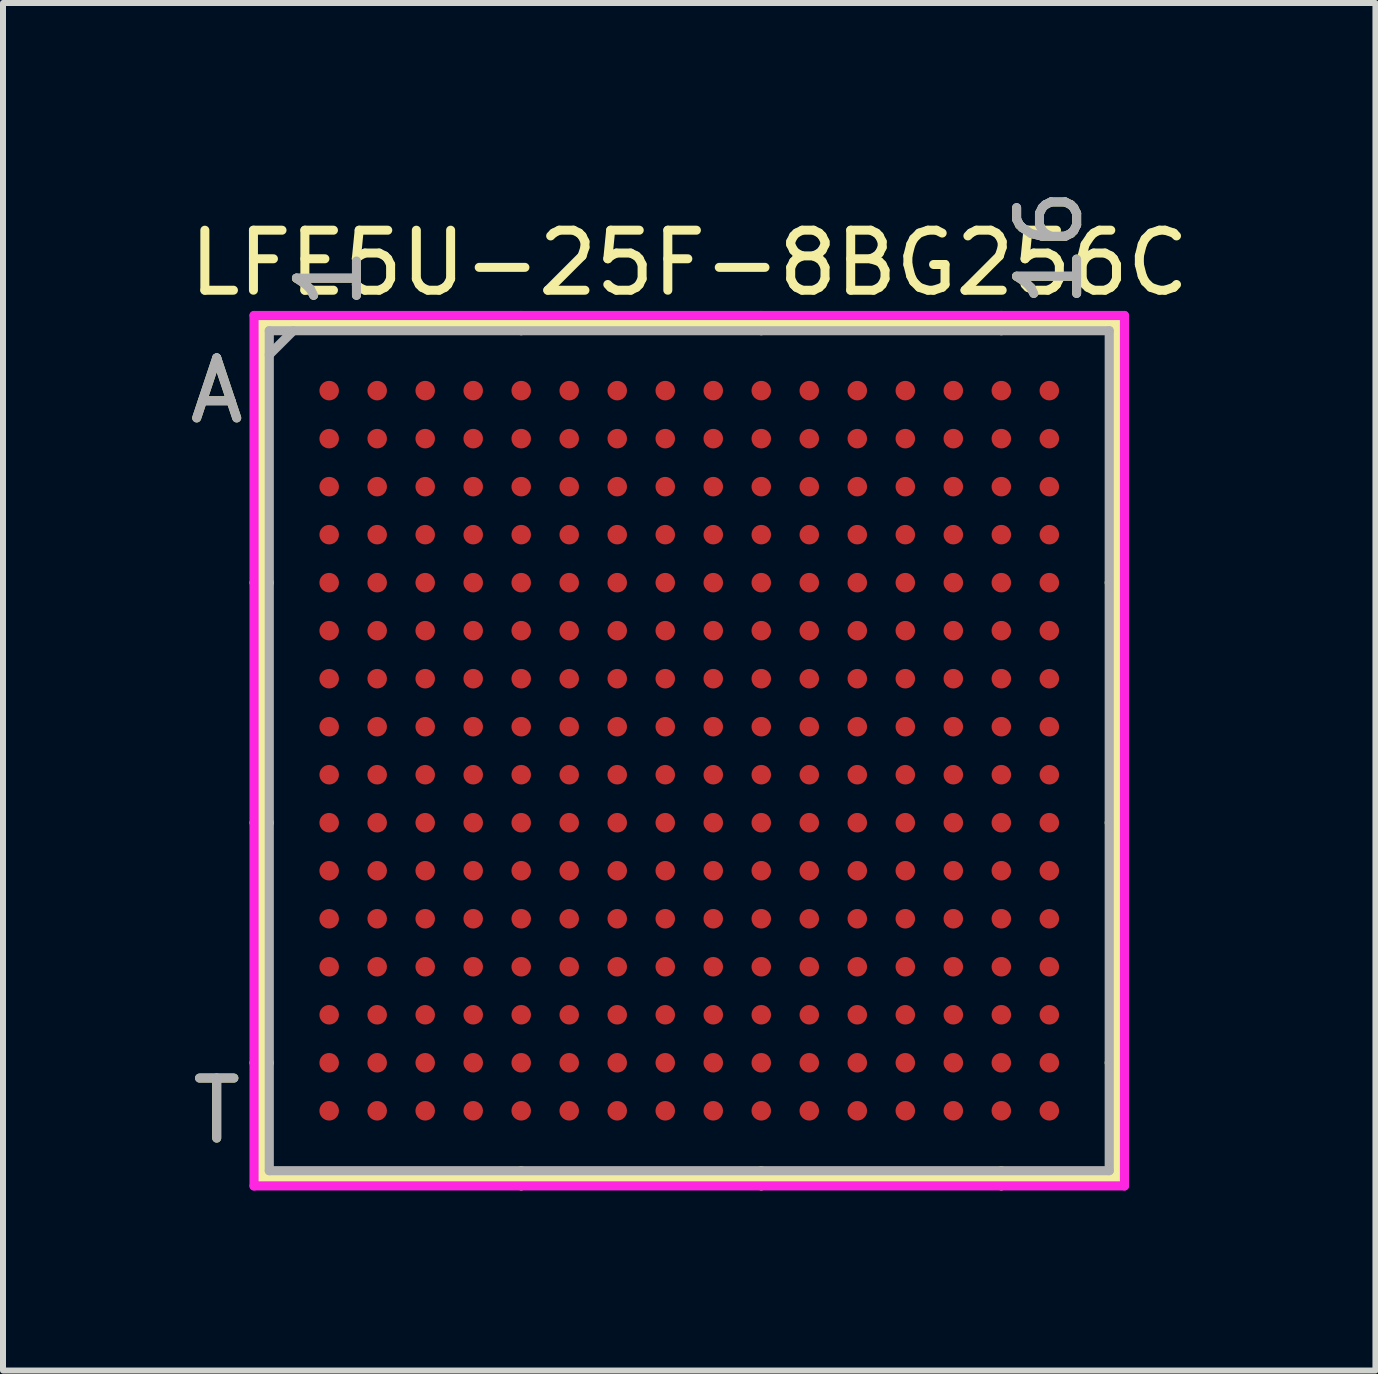
<source format=kicad_pcb>
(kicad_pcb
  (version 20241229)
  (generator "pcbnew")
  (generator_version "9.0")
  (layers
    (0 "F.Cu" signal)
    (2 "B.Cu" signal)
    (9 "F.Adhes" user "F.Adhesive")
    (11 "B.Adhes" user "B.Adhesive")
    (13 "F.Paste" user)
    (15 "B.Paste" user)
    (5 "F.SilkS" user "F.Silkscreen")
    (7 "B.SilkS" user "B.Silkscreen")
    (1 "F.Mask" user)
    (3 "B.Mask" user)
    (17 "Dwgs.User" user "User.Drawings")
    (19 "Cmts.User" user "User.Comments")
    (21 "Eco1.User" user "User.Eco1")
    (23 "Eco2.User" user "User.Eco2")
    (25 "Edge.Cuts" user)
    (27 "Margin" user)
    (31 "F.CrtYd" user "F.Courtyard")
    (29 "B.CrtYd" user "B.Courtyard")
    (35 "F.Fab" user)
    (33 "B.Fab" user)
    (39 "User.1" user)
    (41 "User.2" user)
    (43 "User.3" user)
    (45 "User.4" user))
  (footprint "LFE5U-25F-8BG256C"
    (layer "F.Cu")
    (at 8.435 9.459)
    (property "Reference" "LFE5U-25F-8BG256C" (at 0 -8.128 0) (layer "F.SilkS") (effects (font (size 1 1) (thickness 0.15))))
    (attr smd)
    (fp_line (start -7.125 -7.125) (end -7.125 7.125) (stroke (width 0.152) (type solid)) (layer "F.SilkS"))
    (fp_line (start -7.125 7.125) (end 7.125 7.125) (stroke (width 0.152) (type solid)) (layer "F.SilkS"))
    (fp_line (start -6.998 -2.8) (end -7.252 -2.8) (stroke (width 0.152) (type solid)) (layer "F.SilkS"))
    (fp_line (start -6.998 1.2) (end -7.252 1.2) (stroke (width 0.152) (type solid)) (layer "F.SilkS"))
    (fp_line (start -6.998 5.2) (end -7.252 5.2) (stroke (width 0.152) (type solid)) (layer "F.SilkS"))
    (fp_line (start -2.8 -6.998) (end -2.8 -7.252) (stroke (width 0.152) (type solid)) (layer "F.SilkS"))
    (fp_line (start -2.8 6.998) (end -2.8 7.252) (stroke (width 0.152) (type solid)) (layer "F.SilkS"))
    (fp_line (start 1.2 -6.998) (end 1.2 -7.252) (stroke (width 0.152) (type solid)) (layer "F.SilkS"))
    (fp_line (start 1.2 6.998) (end 1.2 7.252) (stroke (width 0.152) (type solid)) (layer "F.SilkS"))
    (fp_line (start 5.2 -6.998) (end 5.2 -7.252) (stroke (width 0.152) (type solid)) (layer "F.SilkS"))
    (fp_line (start 5.2 6.998) (end 5.2 7.252) (stroke (width 0.152) (type solid)) (layer "F.SilkS"))
    (fp_line (start 6.998 -2.8) (end 7.252 -2.8) (stroke (width 0.152) (type solid)) (layer "F.SilkS"))
    (fp_line (start 6.998 1.2) (end 7.252 1.2) (stroke (width 0.152) (type solid)) (layer "F.SilkS"))
    (fp_line (start 6.998 5.2) (end 7.252 5.2) (stroke (width 0.152) (type solid)) (layer "F.SilkS"))
    (fp_line (start 7.125 -7.125) (end -7.125 -7.125) (stroke (width 0.152) (type solid)) (layer "F.SilkS"))
    (fp_line (start 7.125 7.125) (end 7.125 -7.125) (stroke (width 0.152) (type solid)) (layer "F.SilkS"))
    (fp_line (start -7.252 -7.252) (end 7.252 -7.252) (stroke (width 0.152) (type solid)) (layer "F.CrtYd"))
    (fp_line (start -7.252 7.252) (end -7.252 -7.252) (stroke (width 0.152) (type solid)) (layer "F.CrtYd"))
    (fp_line (start 7.252 -7.252) (end 7.252 7.252) (stroke (width 0.152) (type solid)) (layer "F.CrtYd"))
    (fp_line (start 7.252 7.252) (end -7.252 7.252) (stroke (width 0.152) (type solid)) (layer "F.CrtYd"))
    (fp_line (start -6.998 -6.998) (end -6.998 6.998) (stroke (width 0.152) (type solid)) (layer "F.Fab"))
    (fp_line (start -6.998 6.998) (end 6.998 6.998) (stroke (width 0.152) (type solid)) (layer "F.Fab"))
    (fp_line (start -6.598 -6.998) (end -6.998 -6.598) (stroke (width 0.152) (type solid)) (layer "F.Fab"))
    (fp_line (start 6.998 -6.998) (end -6.998 -6.998) (stroke (width 0.152) (type solid)) (layer "F.Fab"))
    (fp_line (start 6.998 6.998) (end 6.998 -6.998) (stroke (width 0.152) (type solid)) (layer "F.Fab"))
    (fp_text user "1" (at -6 -7.874 90) (layer "F.SilkS") (effects (font (size 1 1) (thickness 0.15))))
    (fp_text user "16" (at 6 -8.382 90) (layer "F.SilkS") (effects (font (size 1 1) (thickness 0.15))))
    (fp_text user "T" (at -7.874 6 0) (layer "F.SilkS") (effects (font (size 1 1) (thickness 0.15))))
    (fp_text user "A" (at -7.874 -6 0) (layer "F.SilkS") (effects (font (size 1 1) (thickness 0.15))))
    (fp_text user "1" (at -6 -7.874 90) (layer "F.Fab") (effects (font (size 1 1) (thickness 0.15))))
    (fp_text user "16" (at 6 -8.382 90) (layer "F.Fab") (effects (font (size 1 1) (thickness 0.15))))
    (fp_text user "A" (at -7.874 -6 0) (layer "F.Fab") (effects (font (size 1 1) (thickness 0.15))))
    (fp_text user "T" (at -7.874 6 0) (layer "F.Fab") (effects (font (size 1 1) (thickness 0.15))))
    (pad "A1" smd circle (at -6 -6) (size 0.325 0.325) (layers "F.Cu" "F.Mask" "F.Paste"))
    (pad "A2" smd circle (at -5.2 -6) (size 0.325 0.325) (layers "F.Cu" "F.Mask" "F.Paste"))
    (pad "A3" smd circle (at -4.4 -6) (size 0.325 0.325) (layers "F.Cu" "F.Mask" "F.Paste"))
    (pad "A4" smd circle (at -3.6 -6) (size 0.325 0.325) (layers "F.Cu" "F.Mask" "F.Paste"))
    (pad "A5" smd circle (at -2.8 -6) (size 0.325 0.325) (layers "F.Cu" "F.Mask" "F.Paste"))
    (pad "A6" smd circle (at -2 -6) (size 0.325 0.325) (layers "F.Cu" "F.Mask" "F.Paste"))
    (pad "A7" smd circle (at -1.2 -6) (size 0.325 0.325) (layers "F.Cu" "F.Mask" "F.Paste"))
    (pad "A8" smd circle (at -0.4 -6) (size 0.325 0.325) (layers "F.Cu" "F.Mask" "F.Paste"))
    (pad "A9" smd circle (at 0.4 -6) (size 0.325 0.325) (layers "F.Cu" "F.Mask" "F.Paste"))
    (pad "A10" smd circle (at 1.2 -6) (size 0.325 0.325) (layers "F.Cu" "F.Mask" "F.Paste"))
    (pad "A11" smd circle (at 2 -6) (size 0.325 0.325) (layers "F.Cu" "F.Mask" "F.Paste"))
    (pad "A12" smd circle (at 2.8 -6) (size 0.325 0.325) (layers "F.Cu" "F.Mask" "F.Paste"))
    (pad "A13" smd circle (at 3.6 -6) (size 0.325 0.325) (layers "F.Cu" "F.Mask" "F.Paste"))
    (pad "A14" smd circle (at 4.4 -6) (size 0.325 0.325) (layers "F.Cu" "F.Mask" "F.Paste"))
    (pad "A15" smd circle (at 5.2 -6) (size 0.325 0.325) (layers "F.Cu" "F.Mask" "F.Paste"))
    (pad "A16" smd circle (at 6 -6) (size 0.325 0.325) (layers "F.Cu" "F.Mask" "F.Paste"))
    (pad "B1" smd circle (at -6 -5.2) (size 0.325 0.325) (layers "F.Cu" "F.Mask" "F.Paste"))
    (pad "B2" smd circle (at -5.2 -5.2) (size 0.325 0.325) (layers "F.Cu" "F.Mask" "F.Paste"))
    (pad "B3" smd circle (at -4.4 -5.2) (size 0.325 0.325) (layers "F.Cu" "F.Mask" "F.Paste"))
    (pad "B4" smd circle (at -3.6 -5.2) (size 0.325 0.325) (layers "F.Cu" "F.Mask" "F.Paste"))
    (pad "B5" smd circle (at -2.8 -5.2) (size 0.325 0.325) (layers "F.Cu" "F.Mask" "F.Paste"))
    (pad "B6" smd circle (at -2 -5.2) (size 0.325 0.325) (layers "F.Cu" "F.Mask" "F.Paste"))
    (pad "B7" smd circle (at -1.2 -5.2) (size 0.325 0.325) (layers "F.Cu" "F.Mask" "F.Paste"))
    (pad "B8" smd circle (at -0.4 -5.2) (size 0.325 0.325) (layers "F.Cu" "F.Mask" "F.Paste"))
    (pad "B9" smd circle (at 0.4 -5.2) (size 0.325 0.325) (layers "F.Cu" "F.Mask" "F.Paste"))
    (pad "B10" smd circle (at 1.2 -5.2) (size 0.325 0.325) (layers "F.Cu" "F.Mask" "F.Paste"))
    (pad "B11" smd circle (at 2 -5.2) (size 0.325 0.325) (layers "F.Cu" "F.Mask" "F.Paste"))
    (pad "B12" smd circle (at 2.8 -5.2) (size 0.325 0.325) (layers "F.Cu" "F.Mask" "F.Paste"))
    (pad "B13" smd circle (at 3.6 -5.2) (size 0.325 0.325) (layers "F.Cu" "F.Mask" "F.Paste"))
    (pad "B14" smd circle (at 4.4 -5.2) (size 0.325 0.325) (layers "F.Cu" "F.Mask" "F.Paste"))
    (pad "B15" smd circle (at 5.2 -5.2) (size 0.325 0.325) (layers "F.Cu" "F.Mask" "F.Paste"))
    (pad "B16" smd circle (at 6 -5.2) (size 0.325 0.325) (layers "F.Cu" "F.Mask" "F.Paste"))
    (pad "C1" smd circle (at -6 -4.4) (size 0.325 0.325) (layers "F.Cu" "F.Mask" "F.Paste"))
    (pad "C2" smd circle (at -5.2 -4.4) (size 0.325 0.325) (layers "F.Cu" "F.Mask" "F.Paste"))
    (pad "C3" smd circle (at -4.4 -4.4) (size 0.325 0.325) (layers "F.Cu" "F.Mask" "F.Paste"))
    (pad "C4" smd circle (at -3.6 -4.4) (size 0.325 0.325) (layers "F.Cu" "F.Mask" "F.Paste"))
    (pad "C5" smd circle (at -2.8 -4.4) (size 0.325 0.325) (layers "F.Cu" "F.Mask" "F.Paste"))
    (pad "C6" smd circle (at -2 -4.4) (size 0.325 0.325) (layers "F.Cu" "F.Mask" "F.Paste"))
    (pad "C7" smd circle (at -1.2 -4.4) (size 0.325 0.325) (layers "F.Cu" "F.Mask" "F.Paste"))
    (pad "C8" smd circle (at -0.4 -4.4) (size 0.325 0.325) (layers "F.Cu" "F.Mask" "F.Paste"))
    (pad "C9" smd circle (at 0.4 -4.4) (size 0.325 0.325) (layers "F.Cu" "F.Mask" "F.Paste"))
    (pad "C10" smd circle (at 1.2 -4.4) (size 0.325 0.325) (layers "F.Cu" "F.Mask" "F.Paste"))
    (pad "C11" smd circle (at 2 -4.4) (size 0.325 0.325) (layers "F.Cu" "F.Mask" "F.Paste"))
    (pad "C12" smd circle (at 2.8 -4.4) (size 0.325 0.325) (layers "F.Cu" "F.Mask" "F.Paste"))
    (pad "C13" smd circle (at 3.6 -4.4) (size 0.325 0.325) (layers "F.Cu" "F.Mask" "F.Paste"))
    (pad "C14" smd circle (at 4.4 -4.4) (size 0.325 0.325) (layers "F.Cu" "F.Mask" "F.Paste"))
    (pad "C15" smd circle (at 5.2 -4.4) (size 0.325 0.325) (layers "F.Cu" "F.Mask" "F.Paste"))
    (pad "C16" smd circle (at 6 -4.4) (size 0.325 0.325) (layers "F.Cu" "F.Mask" "F.Paste"))
    (pad "D1" smd circle (at -6 -3.6) (size 0.325 0.325) (layers "F.Cu" "F.Mask" "F.Paste"))
    (pad "D2" smd circle (at -5.2 -3.6) (size 0.325 0.325) (layers "F.Cu" "F.Mask" "F.Paste"))
    (pad "D3" smd circle (at -4.4 -3.6) (size 0.325 0.325) (layers "F.Cu" "F.Mask" "F.Paste"))
    (pad "D4" smd circle (at -3.6 -3.6) (size 0.325 0.325) (layers "F.Cu" "F.Mask" "F.Paste"))
    (pad "D5" smd circle (at -2.8 -3.6) (size 0.325 0.325) (layers "F.Cu" "F.Mask" "F.Paste"))
    (pad "D6" smd circle (at -2 -3.6) (size 0.325 0.325) (layers "F.Cu" "F.Mask" "F.Paste"))
    (pad "D7" smd circle (at -1.2 -3.6) (size 0.325 0.325) (layers "F.Cu" "F.Mask" "F.Paste"))
    (pad "D8" smd circle (at -0.4 -3.6) (size 0.325 0.325) (layers "F.Cu" "F.Mask" "F.Paste"))
    (pad "D9" smd circle (at 0.4 -3.6) (size 0.325 0.325) (layers "F.Cu" "F.Mask" "F.Paste"))
    (pad "D10" smd circle (at 1.2 -3.6) (size 0.325 0.325) (layers "F.Cu" "F.Mask" "F.Paste"))
    (pad "D11" smd circle (at 2 -3.6) (size 0.325 0.325) (layers "F.Cu" "F.Mask" "F.Paste"))
    (pad "D12" smd circle (at 2.8 -3.6) (size 0.325 0.325) (layers "F.Cu" "F.Mask" "F.Paste"))
    (pad "D13" smd circle (at 3.6 -3.6) (size 0.325 0.325) (layers "F.Cu" "F.Mask" "F.Paste"))
    (pad "D14" smd circle (at 4.4 -3.6) (size 0.325 0.325) (layers "F.Cu" "F.Mask" "F.Paste"))
    (pad "D15" smd circle (at 5.2 -3.6) (size 0.325 0.325) (layers "F.Cu" "F.Mask" "F.Paste"))
    (pad "D16" smd circle (at 6 -3.6) (size 0.325 0.325) (layers "F.Cu" "F.Mask" "F.Paste"))
    (pad "E1" smd circle (at -6 -2.8) (size 0.325 0.325) (layers "F.Cu" "F.Mask" "F.Paste"))
    (pad "E2" smd circle (at -5.2 -2.8) (size 0.325 0.325) (layers "F.Cu" "F.Mask" "F.Paste"))
    (pad "E3" smd circle (at -4.4 -2.8) (size 0.325 0.325) (layers "F.Cu" "F.Mask" "F.Paste"))
    (pad "E4" smd circle (at -3.6 -2.8) (size 0.325 0.325) (layers "F.Cu" "F.Mask" "F.Paste"))
    (pad "E5" smd circle (at -2.8 -2.8) (size 0.325 0.325) (layers "F.Cu" "F.Mask" "F.Paste"))
    (pad "E6" smd circle (at -2 -2.8) (size 0.325 0.325) (layers "F.Cu" "F.Mask" "F.Paste"))
    (pad "E7" smd circle (at -1.2 -2.8) (size 0.325 0.325) (layers "F.Cu" "F.Mask" "F.Paste"))
    (pad "E8" smd circle (at -0.4 -2.8) (size 0.325 0.325) (layers "F.Cu" "F.Mask" "F.Paste"))
    (pad "E9" smd circle (at 0.4 -2.8) (size 0.325 0.325) (layers "F.Cu" "F.Mask" "F.Paste"))
    (pad "E10" smd circle (at 1.2 -2.8) (size 0.325 0.325) (layers "F.Cu" "F.Mask" "F.Paste"))
    (pad "E11" smd circle (at 2 -2.8) (size 0.325 0.325) (layers "F.Cu" "F.Mask" "F.Paste"))
    (pad "E12" smd circle (at 2.8 -2.8) (size 0.325 0.325) (layers "F.Cu" "F.Mask" "F.Paste"))
    (pad "E13" smd circle (at 3.6 -2.8) (size 0.325 0.325) (layers "F.Cu" "F.Mask" "F.Paste"))
    (pad "E14" smd circle (at 4.4 -2.8) (size 0.325 0.325) (layers "F.Cu" "F.Mask" "F.Paste"))
    (pad "E15" smd circle (at 5.2 -2.8) (size 0.325 0.325) (layers "F.Cu" "F.Mask" "F.Paste"))
    (pad "E16" smd circle (at 6 -2.8) (size 0.325 0.325) (layers "F.Cu" "F.Mask" "F.Paste"))
    (pad "F1" smd circle (at -6 -2) (size 0.325 0.325) (layers "F.Cu" "F.Mask" "F.Paste"))
    (pad "F2" smd circle (at -5.2 -2) (size 0.325 0.325) (layers "F.Cu" "F.Mask" "F.Paste"))
    (pad "F3" smd circle (at -4.4 -2) (size 0.325 0.325) (layers "F.Cu" "F.Mask" "F.Paste"))
    (pad "F4" smd circle (at -3.6 -2) (size 0.325 0.325) (layers "F.Cu" "F.Mask" "F.Paste"))
    (pad "F5" smd circle (at -2.8 -2) (size 0.325 0.325) (layers "F.Cu" "F.Mask" "F.Paste"))
    (pad "F6" smd circle (at -2 -2) (size 0.325 0.325) (layers "F.Cu" "F.Mask" "F.Paste"))
    (pad "F7" smd circle (at -1.2 -2) (size 0.325 0.325) (layers "F.Cu" "F.Mask" "F.Paste"))
    (pad "F8" smd circle (at -0.4 -2) (size 0.325 0.325) (layers "F.Cu" "F.Mask" "F.Paste"))
    (pad "F9" smd circle (at 0.4 -2) (size 0.325 0.325) (layers "F.Cu" "F.Mask" "F.Paste"))
    (pad "F10" smd circle (at 1.2 -2) (size 0.325 0.325) (layers "F.Cu" "F.Mask" "F.Paste"))
    (pad "F11" smd circle (at 2 -2) (size 0.325 0.325) (layers "F.Cu" "F.Mask" "F.Paste"))
    (pad "F12" smd circle (at 2.8 -2) (size 0.325 0.325) (layers "F.Cu" "F.Mask" "F.Paste"))
    (pad "F13" smd circle (at 3.6 -2) (size 0.325 0.325) (layers "F.Cu" "F.Mask" "F.Paste"))
    (pad "F14" smd circle (at 4.4 -2) (size 0.325 0.325) (layers "F.Cu" "F.Mask" "F.Paste"))
    (pad "F15" smd circle (at 5.2 -2) (size 0.325 0.325) (layers "F.Cu" "F.Mask" "F.Paste"))
    (pad "F16" smd circle (at 6 -2) (size 0.325 0.325) (layers "F.Cu" "F.Mask" "F.Paste"))
    (pad "G1" smd circle (at -6 -1.2) (size 0.325 0.325) (layers "F.Cu" "F.Mask" "F.Paste"))
    (pad "G2" smd circle (at -5.2 -1.2) (size 0.325 0.325) (layers "F.Cu" "F.Mask" "F.Paste"))
    (pad "G3" smd circle (at -4.4 -1.2) (size 0.325 0.325) (layers "F.Cu" "F.Mask" "F.Paste"))
    (pad "G4" smd circle (at -3.6 -1.2) (size 0.325 0.325) (layers "F.Cu" "F.Mask" "F.Paste"))
    (pad "G5" smd circle (at -2.8 -1.2) (size 0.325 0.325) (layers "F.Cu" "F.Mask" "F.Paste"))
    (pad "G6" smd circle (at -2 -1.2) (size 0.325 0.325) (layers "F.Cu" "F.Mask" "F.Paste"))
    (pad "G7" smd circle (at -1.2 -1.2) (size 0.325 0.325) (layers "F.Cu" "F.Mask" "F.Paste"))
    (pad "G8" smd circle (at -0.4 -1.2) (size 0.325 0.325) (layers "F.Cu" "F.Mask" "F.Paste"))
    (pad "G9" smd circle (at 0.4 -1.2) (size 0.325 0.325) (layers "F.Cu" "F.Mask" "F.Paste"))
    (pad "G10" smd circle (at 1.2 -1.2) (size 0.325 0.325) (layers "F.Cu" "F.Mask" "F.Paste"))
    (pad "G11" smd circle (at 2 -1.2) (size 0.325 0.325) (layers "F.Cu" "F.Mask" "F.Paste"))
    (pad "G12" smd circle (at 2.8 -1.2) (size 0.325 0.325) (layers "F.Cu" "F.Mask" "F.Paste"))
    (pad "G13" smd circle (at 3.6 -1.2) (size 0.325 0.325) (layers "F.Cu" "F.Mask" "F.Paste"))
    (pad "G14" smd circle (at 4.4 -1.2) (size 0.325 0.325) (layers "F.Cu" "F.Mask" "F.Paste"))
    (pad "G15" smd circle (at 5.2 -1.2) (size 0.325 0.325) (layers "F.Cu" "F.Mask" "F.Paste"))
    (pad "G16" smd circle (at 6 -1.2) (size 0.325 0.325) (layers "F.Cu" "F.Mask" "F.Paste"))
    (pad "H1" smd circle (at -6 -0.4) (size 0.325 0.325) (layers "F.Cu" "F.Mask" "F.Paste"))
    (pad "H2" smd circle (at -5.2 -0.4) (size 0.325 0.325) (layers "F.Cu" "F.Mask" "F.Paste"))
    (pad "H3" smd circle (at -4.4 -0.4) (size 0.325 0.325) (layers "F.Cu" "F.Mask" "F.Paste"))
    (pad "H4" smd circle (at -3.6 -0.4) (size 0.325 0.325) (layers "F.Cu" "F.Mask" "F.Paste"))
    (pad "H5" smd circle (at -2.8 -0.4) (size 0.325 0.325) (layers "F.Cu" "F.Mask" "F.Paste"))
    (pad "H6" smd circle (at -2 -0.4) (size 0.325 0.325) (layers "F.Cu" "F.Mask" "F.Paste"))
    (pad "H7" smd circle (at -1.2 -0.4) (size 0.325 0.325) (layers "F.Cu" "F.Mask" "F.Paste"))
    (pad "H8" smd circle (at -0.4 -0.4) (size 0.325 0.325) (layers "F.Cu" "F.Mask" "F.Paste"))
    (pad "H9" smd circle (at 0.4 -0.4) (size 0.325 0.325) (layers "F.Cu" "F.Mask" "F.Paste"))
    (pad "H10" smd circle (at 1.2 -0.4) (size 0.325 0.325) (layers "F.Cu" "F.Mask" "F.Paste"))
    (pad "H11" smd circle (at 2 -0.4) (size 0.325 0.325) (layers "F.Cu" "F.Mask" "F.Paste"))
    (pad "H12" smd circle (at 2.8 -0.4) (size 0.325 0.325) (layers "F.Cu" "F.Mask" "F.Paste"))
    (pad "H13" smd circle (at 3.6 -0.4) (size 0.325 0.325) (layers "F.Cu" "F.Mask" "F.Paste"))
    (pad "H14" smd circle (at 4.4 -0.4) (size 0.325 0.325) (layers "F.Cu" "F.Mask" "F.Paste"))
    (pad "H15" smd circle (at 5.2 -0.4) (size 0.325 0.325) (layers "F.Cu" "F.Mask" "F.Paste"))
    (pad "H16" smd circle (at 6 -0.4) (size 0.325 0.325) (layers "F.Cu" "F.Mask" "F.Paste"))
    (pad "J1" smd circle (at -6 0.4) (size 0.325 0.325) (layers "F.Cu" "F.Mask" "F.Paste"))
    (pad "J2" smd circle (at -5.2 0.4) (size 0.325 0.325) (layers "F.Cu" "F.Mask" "F.Paste"))
    (pad "J3" smd circle (at -4.4 0.4) (size 0.325 0.325) (layers "F.Cu" "F.Mask" "F.Paste"))
    (pad "J4" smd circle (at -3.6 0.4) (size 0.325 0.325) (layers "F.Cu" "F.Mask" "F.Paste"))
    (pad "J5" smd circle (at -2.8 0.4) (size 0.325 0.325) (layers "F.Cu" "F.Mask" "F.Paste"))
    (pad "J6" smd circle (at -2 0.4) (size 0.325 0.325) (layers "F.Cu" "F.Mask" "F.Paste"))
    (pad "J7" smd circle (at -1.2 0.4) (size 0.325 0.325) (layers "F.Cu" "F.Mask" "F.Paste"))
    (pad "J8" smd circle (at -0.4 0.4) (size 0.325 0.325) (layers "F.Cu" "F.Mask" "F.Paste"))
    (pad "J9" smd circle (at 0.4 0.4) (size 0.325 0.325) (layers "F.Cu" "F.Mask" "F.Paste"))
    (pad "J10" smd circle (at 1.2 0.4) (size 0.325 0.325) (layers "F.Cu" "F.Mask" "F.Paste"))
    (pad "J11" smd circle (at 2 0.4) (size 0.325 0.325) (layers "F.Cu" "F.Mask" "F.Paste"))
    (pad "J12" smd circle (at 2.8 0.4) (size 0.325 0.325) (layers "F.Cu" "F.Mask" "F.Paste"))
    (pad "J13" smd circle (at 3.6 0.4) (size 0.325 0.325) (layers "F.Cu" "F.Mask" "F.Paste"))
    (pad "J14" smd circle (at 4.4 0.4) (size 0.325 0.325) (layers "F.Cu" "F.Mask" "F.Paste"))
    (pad "J15" smd circle (at 5.2 0.4) (size 0.325 0.325) (layers "F.Cu" "F.Mask" "F.Paste"))
    (pad "J16" smd circle (at 6 0.4) (size 0.325 0.325) (layers "F.Cu" "F.Mask" "F.Paste"))
    (pad "K1" smd circle (at -6 1.2) (size 0.325 0.325) (layers "F.Cu" "F.Mask" "F.Paste"))
    (pad "K2" smd circle (at -5.2 1.2) (size 0.325 0.325) (layers "F.Cu" "F.Mask" "F.Paste"))
    (pad "K3" smd circle (at -4.4 1.2) (size 0.325 0.325) (layers "F.Cu" "F.Mask" "F.Paste"))
    (pad "K4" smd circle (at -3.6 1.2) (size 0.325 0.325) (layers "F.Cu" "F.Mask" "F.Paste"))
    (pad "K5" smd circle (at -2.8 1.2) (size 0.325 0.325) (layers "F.Cu" "F.Mask" "F.Paste"))
    (pad "K6" smd circle (at -2 1.2) (size 0.325 0.325) (layers "F.Cu" "F.Mask" "F.Paste"))
    (pad "K7" smd circle (at -1.2 1.2) (size 0.325 0.325) (layers "F.Cu" "F.Mask" "F.Paste"))
    (pad "K8" smd circle (at -0.4 1.2) (size 0.325 0.325) (layers "F.Cu" "F.Mask" "F.Paste"))
    (pad "K9" smd circle (at 0.4 1.2) (size 0.325 0.325) (layers "F.Cu" "F.Mask" "F.Paste"))
    (pad "K10" smd circle (at 1.2 1.2) (size 0.325 0.325) (layers "F.Cu" "F.Mask" "F.Paste"))
    (pad "K11" smd circle (at 2 1.2) (size 0.325 0.325) (layers "F.Cu" "F.Mask" "F.Paste"))
    (pad "K12" smd circle (at 2.8 1.2) (size 0.325 0.325) (layers "F.Cu" "F.Mask" "F.Paste"))
    (pad "K13" smd circle (at 3.6 1.2) (size 0.325 0.325) (layers "F.Cu" "F.Mask" "F.Paste"))
    (pad "K14" smd circle (at 4.4 1.2) (size 0.325 0.325) (layers "F.Cu" "F.Mask" "F.Paste"))
    (pad "K15" smd circle (at 5.2 1.2) (size 0.325 0.325) (layers "F.Cu" "F.Mask" "F.Paste"))
    (pad "K16" smd circle (at 6 1.2) (size 0.325 0.325) (layers "F.Cu" "F.Mask" "F.Paste"))
    (pad "L1" smd circle (at -6 2) (size 0.325 0.325) (layers "F.Cu" "F.Mask" "F.Paste"))
    (pad "L2" smd circle (at -5.2 2) (size 0.325 0.325) (layers "F.Cu" "F.Mask" "F.Paste"))
    (pad "L3" smd circle (at -4.4 2) (size 0.325 0.325) (layers "F.Cu" "F.Mask" "F.Paste"))
    (pad "L4" smd circle (at -3.6 2) (size 0.325 0.325) (layers "F.Cu" "F.Mask" "F.Paste"))
    (pad "L5" smd circle (at -2.8 2) (size 0.325 0.325) (layers "F.Cu" "F.Mask" "F.Paste"))
    (pad "L6" smd circle (at -2 2) (size 0.325 0.325) (layers "F.Cu" "F.Mask" "F.Paste"))
    (pad "L7" smd circle (at -1.2 2) (size 0.325 0.325) (layers "F.Cu" "F.Mask" "F.Paste"))
    (pad "L8" smd circle (at -0.4 2) (size 0.325 0.325) (layers "F.Cu" "F.Mask" "F.Paste"))
    (pad "L9" smd circle (at 0.4 2) (size 0.325 0.325) (layers "F.Cu" "F.Mask" "F.Paste"))
    (pad "L10" smd circle (at 1.2 2) (size 0.325 0.325) (layers "F.Cu" "F.Mask" "F.Paste"))
    (pad "L11" smd circle (at 2 2) (size 0.325 0.325) (layers "F.Cu" "F.Mask" "F.Paste"))
    (pad "L12" smd circle (at 2.8 2) (size 0.325 0.325) (layers "F.Cu" "F.Mask" "F.Paste"))
    (pad "L13" smd circle (at 3.6 2) (size 0.325 0.325) (layers "F.Cu" "F.Mask" "F.Paste"))
    (pad "L14" smd circle (at 4.4 2) (size 0.325 0.325) (layers "F.Cu" "F.Mask" "F.Paste"))
    (pad "L15" smd circle (at 5.2 2) (size 0.325 0.325) (layers "F.Cu" "F.Mask" "F.Paste"))
    (pad "L16" smd circle (at 6 2) (size 0.325 0.325) (layers "F.Cu" "F.Mask" "F.Paste"))
    (pad "M1" smd circle (at -6 2.8) (size 0.325 0.325) (layers "F.Cu" "F.Mask" "F.Paste"))
    (pad "M2" smd circle (at -5.2 2.8) (size 0.325 0.325) (layers "F.Cu" "F.Mask" "F.Paste"))
    (pad "M3" smd circle (at -4.4 2.8) (size 0.325 0.325) (layers "F.Cu" "F.Mask" "F.Paste"))
    (pad "M4" smd circle (at -3.6 2.8) (size 0.325 0.325) (layers "F.Cu" "F.Mask" "F.Paste"))
    (pad "M5" smd circle (at -2.8 2.8) (size 0.325 0.325) (layers "F.Cu" "F.Mask" "F.Paste"))
    (pad "M6" smd circle (at -2 2.8) (size 0.325 0.325) (layers "F.Cu" "F.Mask" "F.Paste"))
    (pad "M7" smd circle (at -1.2 2.8) (size 0.325 0.325) (layers "F.Cu" "F.Mask" "F.Paste"))
    (pad "M8" smd circle (at -0.4 2.8) (size 0.325 0.325) (layers "F.Cu" "F.Mask" "F.Paste"))
    (pad "M9" smd circle (at 0.4 2.8) (size 0.325 0.325) (layers "F.Cu" "F.Mask" "F.Paste"))
    (pad "M10" smd circle (at 1.2 2.8) (size 0.325 0.325) (layers "F.Cu" "F.Mask" "F.Paste"))
    (pad "M11" smd circle (at 2 2.8) (size 0.325 0.325) (layers "F.Cu" "F.Mask" "F.Paste"))
    (pad "M12" smd circle (at 2.8 2.8) (size 0.325 0.325) (layers "F.Cu" "F.Mask" "F.Paste"))
    (pad "M13" smd circle (at 3.6 2.8) (size 0.325 0.325) (layers "F.Cu" "F.Mask" "F.Paste"))
    (pad "M14" smd circle (at 4.4 2.8) (size 0.325 0.325) (layers "F.Cu" "F.Mask" "F.Paste"))
    (pad "M15" smd circle (at 5.2 2.8) (size 0.325 0.325) (layers "F.Cu" "F.Mask" "F.Paste"))
    (pad "M16" smd circle (at 6 2.8) (size 0.325 0.325) (layers "F.Cu" "F.Mask" "F.Paste"))
    (pad "N1" smd circle (at -6 3.6) (size 0.325 0.325) (layers "F.Cu" "F.Mask" "F.Paste"))
    (pad "N2" smd circle (at -5.2 3.6) (size 0.325 0.325) (layers "F.Cu" "F.Mask" "F.Paste"))
    (pad "N3" smd circle (at -4.4 3.6) (size 0.325 0.325) (layers "F.Cu" "F.Mask" "F.Paste"))
    (pad "N4" smd circle (at -3.6 3.6) (size 0.325 0.325) (layers "F.Cu" "F.Mask" "F.Paste"))
    (pad "N5" smd circle (at -2.8 3.6) (size 0.325 0.325) (layers "F.Cu" "F.Mask" "F.Paste"))
    (pad "N6" smd circle (at -2 3.6) (size 0.325 0.325) (layers "F.Cu" "F.Mask" "F.Paste"))
    (pad "N7" smd circle (at -1.2 3.6) (size 0.325 0.325) (layers "F.Cu" "F.Mask" "F.Paste"))
    (pad "N8" smd circle (at -0.4 3.6) (size 0.325 0.325) (layers "F.Cu" "F.Mask" "F.Paste"))
    (pad "N9" smd circle (at 0.4 3.6) (size 0.325 0.325) (layers "F.Cu" "F.Mask" "F.Paste"))
    (pad "N10" smd circle (at 1.2 3.6) (size 0.325 0.325) (layers "F.Cu" "F.Mask" "F.Paste"))
    (pad "N11" smd circle (at 2 3.6) (size 0.325 0.325) (layers "F.Cu" "F.Mask" "F.Paste"))
    (pad "N12" smd circle (at 2.8 3.6) (size 0.325 0.325) (layers "F.Cu" "F.Mask" "F.Paste"))
    (pad "N13" smd circle (at 3.6 3.6) (size 0.325 0.325) (layers "F.Cu" "F.Mask" "F.Paste"))
    (pad "N14" smd circle (at 4.4 3.6) (size 0.325 0.325) (layers "F.Cu" "F.Mask" "F.Paste"))
    (pad "N15" smd circle (at 5.2 3.6) (size 0.325 0.325) (layers "F.Cu" "F.Mask" "F.Paste"))
    (pad "N16" smd circle (at 6 3.6) (size 0.325 0.325) (layers "F.Cu" "F.Mask" "F.Paste"))
    (pad "P1" smd circle (at -6 4.4) (size 0.325 0.325) (layers "F.Cu" "F.Mask" "F.Paste"))
    (pad "P2" smd circle (at -5.2 4.4) (size 0.325 0.325) (layers "F.Cu" "F.Mask" "F.Paste"))
    (pad "P3" smd circle (at -4.4 4.4) (size 0.325 0.325) (layers "F.Cu" "F.Mask" "F.Paste"))
    (pad "P4" smd circle (at -3.6 4.4) (size 0.325 0.325) (layers "F.Cu" "F.Mask" "F.Paste"))
    (pad "P5" smd circle (at -2.8 4.4) (size 0.325 0.325) (layers "F.Cu" "F.Mask" "F.Paste"))
    (pad "P6" smd circle (at -2 4.4) (size 0.325 0.325) (layers "F.Cu" "F.Mask" "F.Paste"))
    (pad "P7" smd circle (at -1.2 4.4) (size 0.325 0.325) (layers "F.Cu" "F.Mask" "F.Paste"))
    (pad "P8" smd circle (at -0.4 4.4) (size 0.325 0.325) (layers "F.Cu" "F.Mask" "F.Paste"))
    (pad "P9" smd circle (at 0.4 4.4) (size 0.325 0.325) (layers "F.Cu" "F.Mask" "F.Paste"))
    (pad "P10" smd circle (at 1.2 4.4) (size 0.325 0.325) (layers "F.Cu" "F.Mask" "F.Paste"))
    (pad "P11" smd circle (at 2 4.4) (size 0.325 0.325) (layers "F.Cu" "F.Mask" "F.Paste"))
    (pad "P12" smd circle (at 2.8 4.4) (size 0.325 0.325) (layers "F.Cu" "F.Mask" "F.Paste"))
    (pad "P13" smd circle (at 3.6 4.4) (size 0.325 0.325) (layers "F.Cu" "F.Mask" "F.Paste"))
    (pad "P14" smd circle (at 4.4 4.4) (size 0.325 0.325) (layers "F.Cu" "F.Mask" "F.Paste"))
    (pad "P15" smd circle (at 5.2 4.4) (size 0.325 0.325) (layers "F.Cu" "F.Mask" "F.Paste"))
    (pad "P16" smd circle (at 6 4.4) (size 0.325 0.325) (layers "F.Cu" "F.Mask" "F.Paste"))
    (pad "R1" smd circle (at -6 5.2) (size 0.325 0.325) (layers "F.Cu" "F.Mask" "F.Paste"))
    (pad "R2" smd circle (at -5.2 5.2) (size 0.325 0.325) (layers "F.Cu" "F.Mask" "F.Paste"))
    (pad "R3" smd circle (at -4.4 5.2) (size 0.325 0.325) (layers "F.Cu" "F.Mask" "F.Paste"))
    (pad "R4" smd circle (at -3.6 5.2) (size 0.325 0.325) (layers "F.Cu" "F.Mask" "F.Paste"))
    (pad "R5" smd circle (at -2.8 5.2) (size 0.325 0.325) (layers "F.Cu" "F.Mask" "F.Paste"))
    (pad "R6" smd circle (at -2 5.2) (size 0.325 0.325) (layers "F.Cu" "F.Mask" "F.Paste"))
    (pad "R7" smd circle (at -1.2 5.2) (size 0.325 0.325) (layers "F.Cu" "F.Mask" "F.Paste"))
    (pad "R8" smd circle (at -0.4 5.2) (size 0.325 0.325) (layers "F.Cu" "F.Mask" "F.Paste"))
    (pad "R9" smd circle (at 0.4 5.2) (size 0.325 0.325) (layers "F.Cu" "F.Mask" "F.Paste"))
    (pad "R10" smd circle (at 1.2 5.2) (size 0.325 0.325) (layers "F.Cu" "F.Mask" "F.Paste"))
    (pad "R11" smd circle (at 2 5.2) (size 0.325 0.325) (layers "F.Cu" "F.Mask" "F.Paste"))
    (pad "R12" smd circle (at 2.8 5.2) (size 0.325 0.325) (layers "F.Cu" "F.Mask" "F.Paste"))
    (pad "R13" smd circle (at 3.6 5.2) (size 0.325 0.325) (layers "F.Cu" "F.Mask" "F.Paste"))
    (pad "R14" smd circle (at 4.4 5.2) (size 0.325 0.325) (layers "F.Cu" "F.Mask" "F.Paste"))
    (pad "R15" smd circle (at 5.2 5.2) (size 0.325 0.325) (layers "F.Cu" "F.Mask" "F.Paste"))
    (pad "R16" smd circle (at 6 5.2) (size 0.325 0.325) (layers "F.Cu" "F.Mask" "F.Paste"))
    (pad "T1" smd circle (at -6 6) (size 0.325 0.325) (layers "F.Cu" "F.Mask" "F.Paste"))
    (pad "T2" smd circle (at -5.2 6) (size 0.325 0.325) (layers "F.Cu" "F.Mask" "F.Paste"))
    (pad "T3" smd circle (at -4.4 6) (size 0.325 0.325) (layers "F.Cu" "F.Mask" "F.Paste"))
    (pad "T4" smd circle (at -3.6 6) (size 0.325 0.325) (layers "F.Cu" "F.Mask" "F.Paste"))
    (pad "T5" smd circle (at -2.8 6) (size 0.325 0.325) (layers "F.Cu" "F.Mask" "F.Paste"))
    (pad "T6" smd circle (at -2 6) (size 0.325 0.325) (layers "F.Cu" "F.Mask" "F.Paste"))
    (pad "T7" smd circle (at -1.2 6) (size 0.325 0.325) (layers "F.Cu" "F.Mask" "F.Paste"))
    (pad "T8" smd circle (at -0.4 6) (size 0.325 0.325) (layers "F.Cu" "F.Mask" "F.Paste"))
    (pad "T9" smd circle (at 0.4 6) (size 0.325 0.325) (layers "F.Cu" "F.Mask" "F.Paste"))
    (pad "T10" smd circle (at 1.2 6) (size 0.325 0.325) (layers "F.Cu" "F.Mask" "F.Paste"))
    (pad "T11" smd circle (at 2 6) (size 0.325 0.325) (layers "F.Cu" "F.Mask" "F.Paste"))
    (pad "T12" smd circle (at 2.8 6) (size 0.325 0.325) (layers "F.Cu" "F.Mask" "F.Paste"))
    (pad "T13" smd circle (at 3.6 6) (size 0.325 0.325) (layers "F.Cu" "F.Mask" "F.Paste"))
    (pad "T14" smd circle (at 4.4 6) (size 0.325 0.325) (layers "F.Cu" "F.Mask" "F.Paste"))
    (pad "T15" smd circle (at 5.2 6) (size 0.325 0.325) (layers "F.Cu" "F.Mask" "F.Paste"))
    (pad "T16" smd circle (at 6 6) (size 0.325 0.325) (layers "F.Cu" "F.Mask" "F.Paste")))
  (gr_rect
    (start -3 -3)
    (end 19.869 19.787)
    (stroke (width 0.1) (type default))
    (fill no)
    (layer "Edge.Cuts")))
</source>
